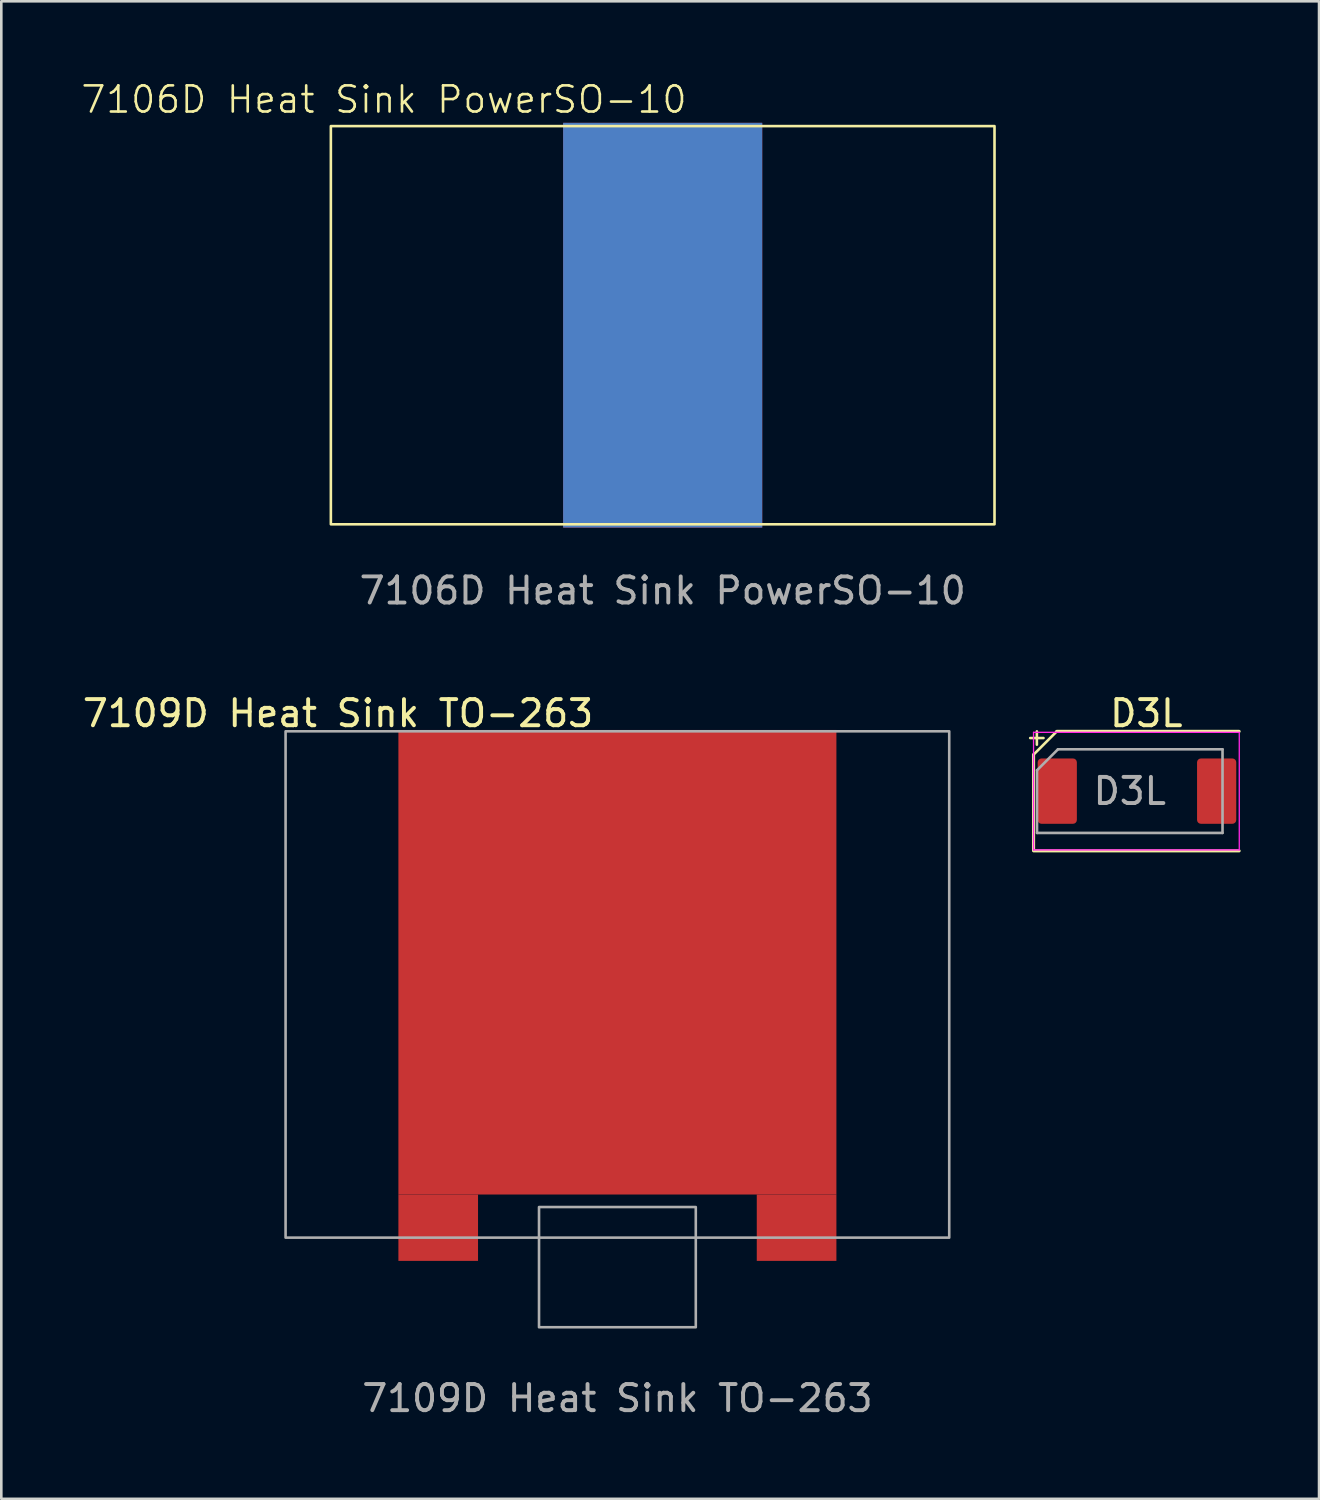
<source format=kicad_pcb>
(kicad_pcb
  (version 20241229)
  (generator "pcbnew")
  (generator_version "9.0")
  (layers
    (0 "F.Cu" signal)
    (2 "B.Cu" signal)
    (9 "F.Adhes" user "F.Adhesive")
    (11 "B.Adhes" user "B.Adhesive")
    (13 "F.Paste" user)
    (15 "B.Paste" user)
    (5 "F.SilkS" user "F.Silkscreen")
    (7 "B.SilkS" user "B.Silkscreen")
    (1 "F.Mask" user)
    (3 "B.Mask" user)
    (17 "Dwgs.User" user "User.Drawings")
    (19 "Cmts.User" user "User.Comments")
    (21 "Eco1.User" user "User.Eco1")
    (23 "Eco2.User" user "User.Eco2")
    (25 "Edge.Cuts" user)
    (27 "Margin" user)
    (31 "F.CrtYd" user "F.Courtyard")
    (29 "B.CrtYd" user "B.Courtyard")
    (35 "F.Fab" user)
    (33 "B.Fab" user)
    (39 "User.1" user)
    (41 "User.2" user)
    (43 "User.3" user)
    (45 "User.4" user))
  (footprint "7109D Heat Sink TO-263"
    (layer "F.Cu")
    (at 20.58 42.668)
    (property "Reference" "7109D Heat Sink TO-263" (at -10.693 -18.415 0) (unlocked yes) (layer "F.SilkS") (effects (font (size 1 1) (thickness 0.15))))
    (attr smd)
    (fp_rect (start -12.7 -17.729) (end 12.7 1.651) (stroke (width 0.1) (type default)) (fill no) (layer "F.Fab"))
    (fp_rect (start -3 0.48) (end 3 5.08) (stroke (width 0.1) (type default)) (fill no) (layer "F.Fab"))
    (fp_text user "${REFERENCE}" (at 0 7.798 0) (unlocked yes) (layer "F.Fab") (effects (font (size 1 1) (thickness 0.15))))
    (pad "1" smd rect (at -6.858 1.27) (size 3.048 2.54) (property pad_prop_heatsink) (layers "F.Cu" "F.Mask" "F.Paste"))
    (pad "1" smd rect (at 0 -8.89) (size 16.764 17.78) (property pad_prop_heatsink) (layers "F.Cu" "F.Mask" "F.Paste"))
    (pad "1" smd rect (at 6.858 1.27) (size 3.048 2.54) (property pad_prop_heatsink) (layers "F.Cu" "F.Mask" "F.Paste")))
  (footprint "7106D Heat Sink PowerSO-10"
    (layer "F.Cu")
    (at 22.313 9.396)
    (property "Reference" "7106D Heat Sink PowerSO-10" (at -10.668 -8.636 0) (unlocked yes) (layer "F.SilkS") (effects (font (size 1 1) (thickness 0.1))))
    (attr smd)
    (fp_rect (start -12.7 -7.62) (end 12.7 7.62) (stroke (width 0.1) (type default)) (fill no) (layer "F.SilkS"))
    (fp_text user "${REFERENCE}" (at 0 10.16 0) (unlocked yes) (layer "F.Fab") (effects (font (size 1 1) (thickness 0.15))))
    (pad "1" smd rect (at 0 0) (size 7.62 15.49) (property pad_prop_heatsink) (layers "F.Cu" "F.Mask" "F.Paste"))
    (pad "1" smd rect (at 0 0) (size 7.62 15.49) (property pad_prop_heatsink) (layers "B.Cu" "B.Mask" "B.Paste")))
  (footprint "D3L"
    (layer "F.Cu")
    (at 40.19 27.229)
    (property "Reference" "D3L" (at 0.634 -2.976 0) (layer "F.SilkS") (effects (font (size 1 1) (thickness 0.15))))
    (attr smd)
    (fp_line (start -3.81 -2.032) (end -3.302 -2.032) (stroke (width 0.1) (type default)) (layer "F.SilkS"))
    (fp_line (start -3.683 -1.397) (end -3.683 2.264) (stroke (width 0.12) (type solid)) (layer "F.SilkS"))
    (fp_line (start -3.683 -1.397) (end -2.794 -2.286) (stroke (width 0.1) (type default)) (layer "F.SilkS"))
    (fp_line (start -3.676 2.286) (end 4.184 2.286) (stroke (width 0.12) (type solid)) (layer "F.SilkS"))
    (fp_line (start -3.556 -2.286) (end -3.556 -1.778) (stroke (width 0.1) (type default)) (layer "F.SilkS"))
    (fp_line (start 4.184 -2.286) (end -2.794 -2.286) (stroke (width 0.12) (type solid)) (layer "F.SilkS"))
    (fp_line (start -3.683 -2.25) (end 4.191 -2.25) (stroke (width 0.05) (type solid)) (layer "F.CrtYd"))
    (fp_line (start -3.683 2.25) (end -3.683 -2.25) (stroke (width 0.05) (type solid)) (layer "F.CrtYd"))
    (fp_line (start -3.683 2.25) (end 4.191 2.25) (stroke (width 0.05) (type solid)) (layer "F.CrtYd"))
    (fp_line (start 4.191 2.25) (end 4.191 -2.25) (stroke (width 0.05) (type solid)) (layer "F.CrtYd"))
    (fp_line (start -3.55 -0.8) (end -3.55 1.6) (stroke (width 0.1) (type solid)) (layer "F.Fab"))
    (fp_line (start -3.55 1.6) (end 3.55 1.6) (stroke (width 0.1) (type solid)) (layer "F.Fab"))
    (fp_line (start -2.75 -1.6) (end -3.55 -0.8) (stroke (width 0.1) (type solid)) (layer "F.Fab"))
    (fp_line (start 3.55 -1.6) (end -2.75 -1.6) (stroke (width 0.1) (type solid)) (layer "F.Fab"))
    (fp_line (start 3.55 1.6) (end 3.55 -1.6) (stroke (width 0.1) (type solid)) (layer "F.Fab"))
    (fp_text user "${REFERENCE}" (at 0 0 0) (layer "F.Fab") (effects (font (size 1 1) (thickness 0.15))))
    (pad "1" smd roundrect (at -2.775 0) (size 1.5 2.5) (layers "F.Cu" "F.Mask" "F.Paste") (roundrect_rratio 0.098))
    (pad "2" smd roundrect (at 3.325 0) (size 1.5 2.5) (layers "F.Cu" "F.Mask" "F.Paste") (roundrect_rratio 0.098)))
  (gr_rect
    (start -3 -3)
    (end 47.434 54.314)
    (stroke (width 0.1) (type default))
    (fill no)
    (layer "Edge.Cuts")))
</source>
